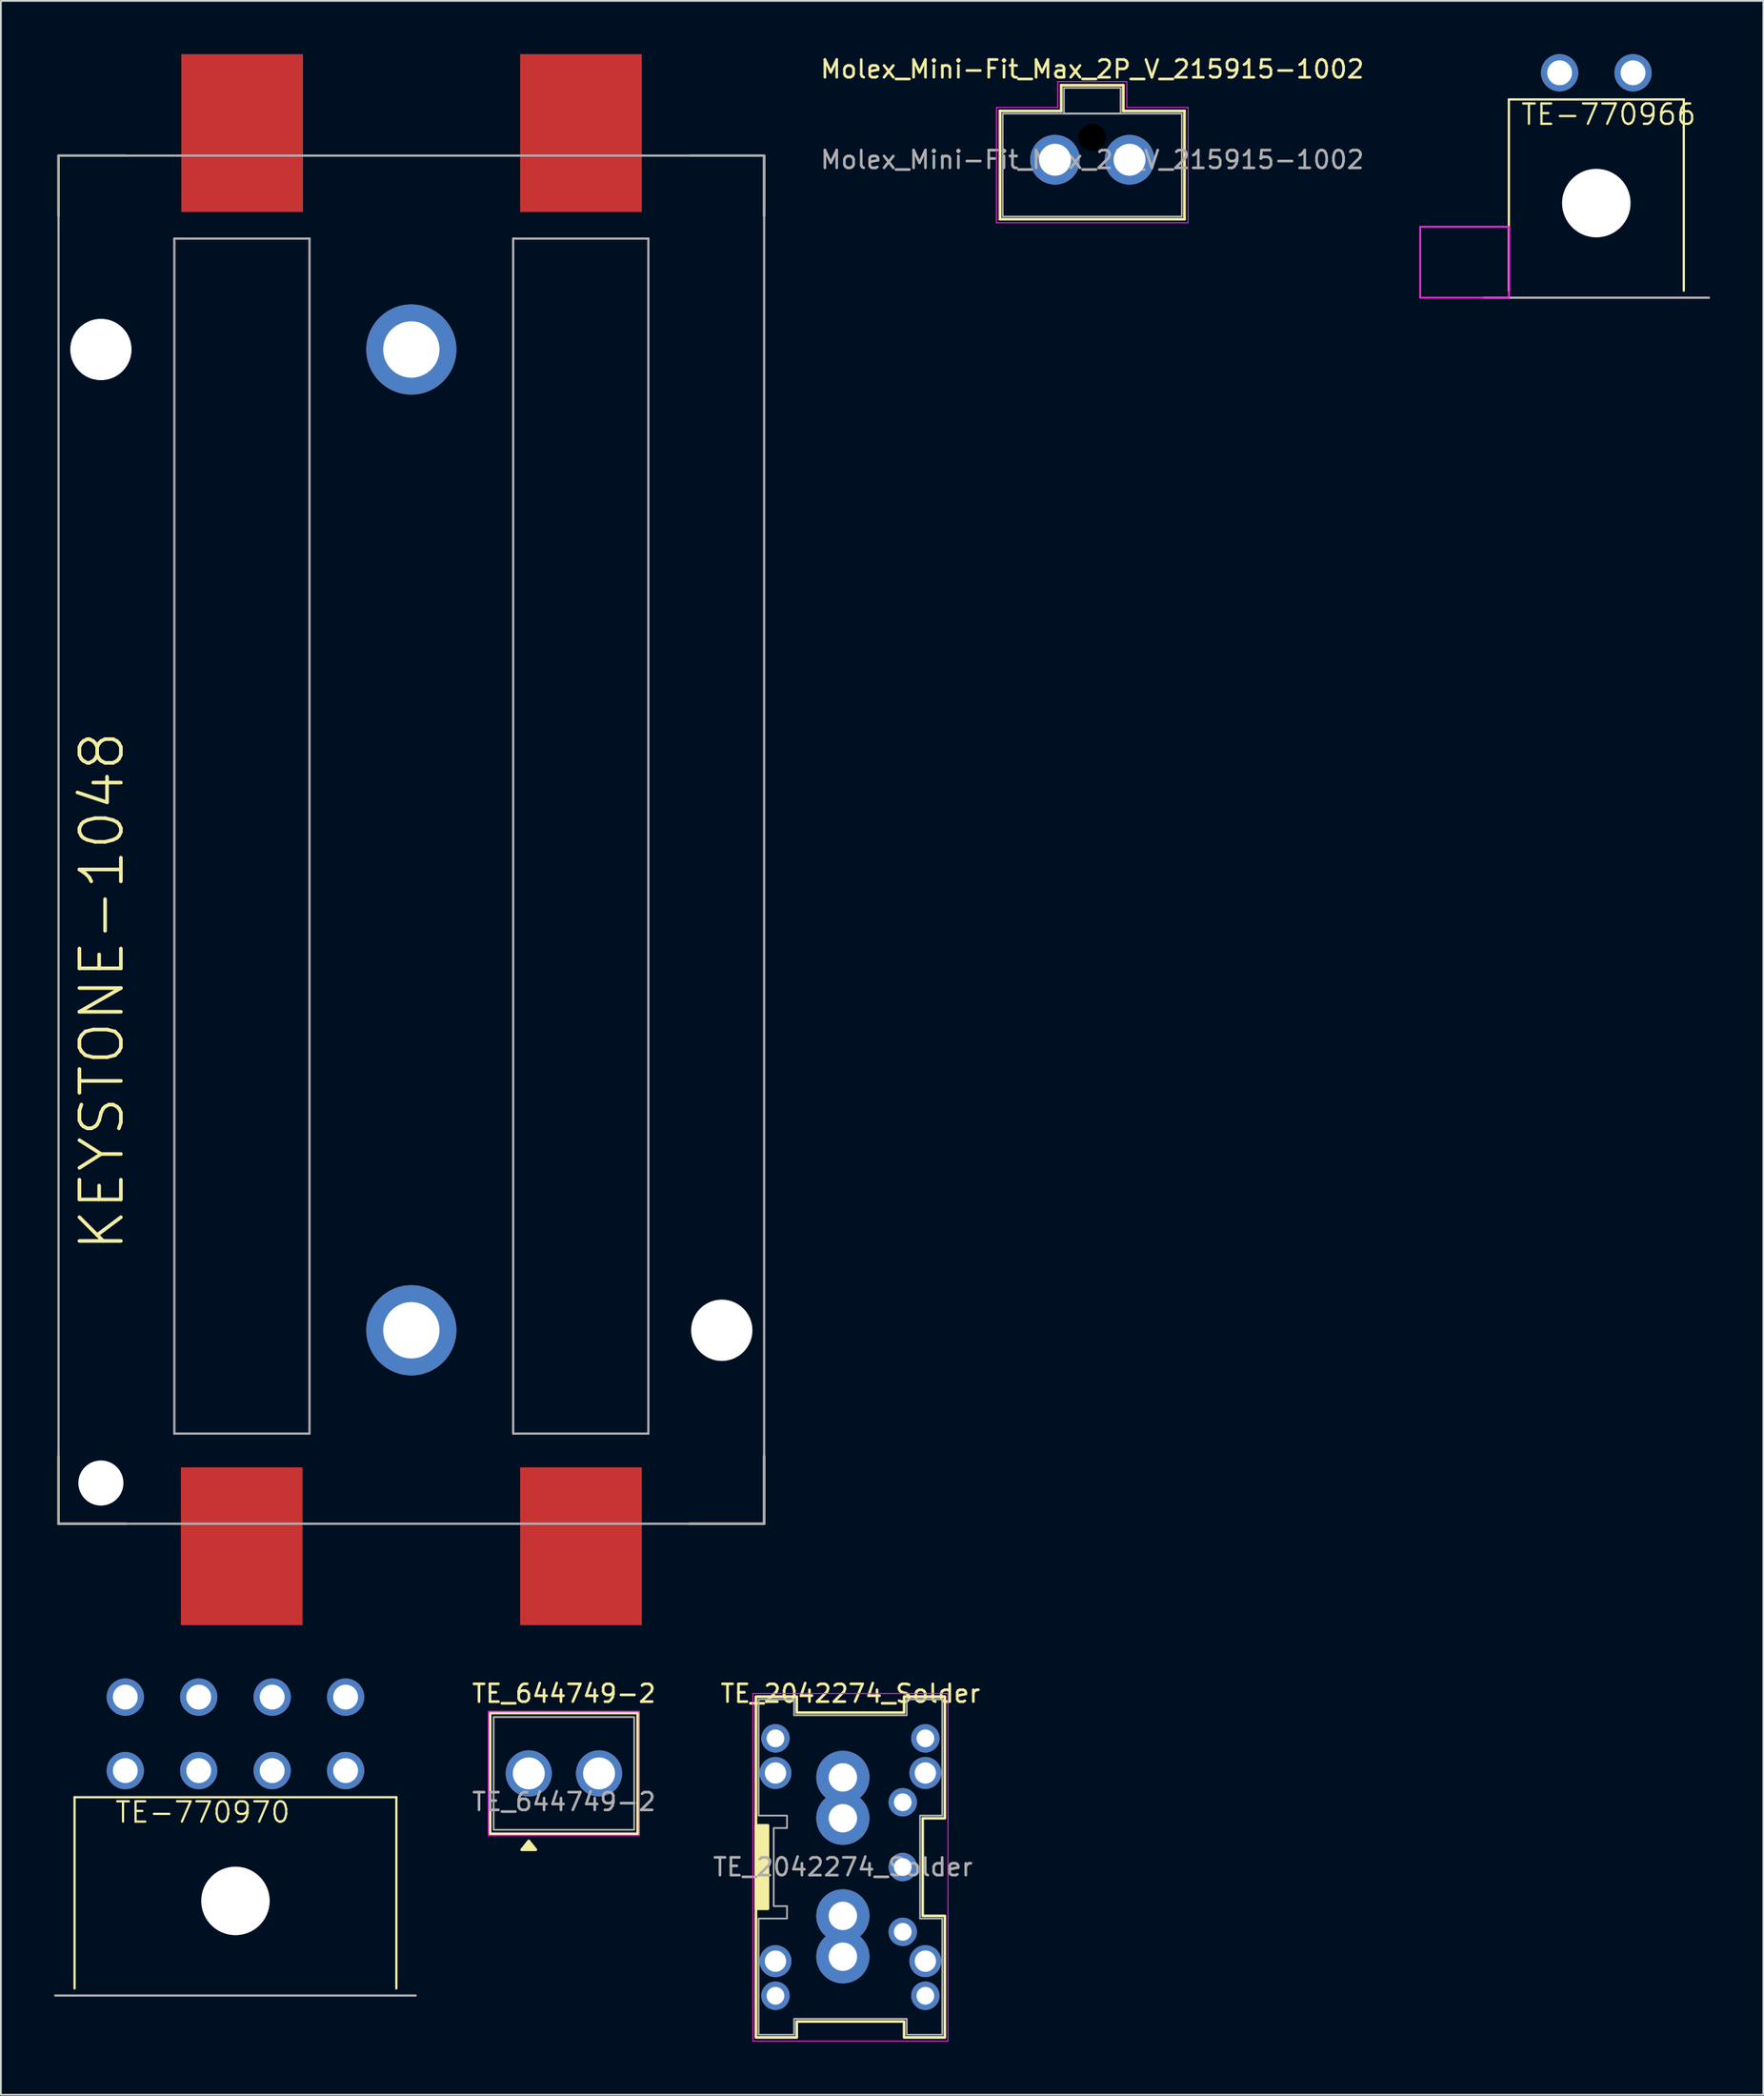
<source format=kicad_pcb>
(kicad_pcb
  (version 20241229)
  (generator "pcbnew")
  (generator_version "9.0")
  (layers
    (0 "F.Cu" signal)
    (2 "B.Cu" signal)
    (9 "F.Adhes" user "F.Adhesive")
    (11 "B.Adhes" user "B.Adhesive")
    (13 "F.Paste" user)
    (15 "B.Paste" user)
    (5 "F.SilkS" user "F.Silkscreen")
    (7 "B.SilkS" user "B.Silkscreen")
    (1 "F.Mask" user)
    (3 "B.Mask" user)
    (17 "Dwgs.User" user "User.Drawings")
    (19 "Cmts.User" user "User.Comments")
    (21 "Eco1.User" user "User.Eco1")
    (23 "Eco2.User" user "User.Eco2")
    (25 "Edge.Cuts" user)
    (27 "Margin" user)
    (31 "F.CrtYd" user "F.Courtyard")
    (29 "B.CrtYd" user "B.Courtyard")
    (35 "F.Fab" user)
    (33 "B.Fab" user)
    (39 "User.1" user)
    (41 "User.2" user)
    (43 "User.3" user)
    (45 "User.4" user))
  (footprint "Molex_Mini-Fit_Max_2P_V_215915-1002"
    (layer "F.Cu")
    (at 58.524 5.948)
    (property "Reference" "Molex_Mini-Fit_Max_2P_V_215915-1002" (at 0 -5.1 0) (unlocked yes) (layer "F.SilkS") (effects (font (size 1 1) (thickness 0.15))))
    (attr through_hole)
    (fp_line (start -5.2 -2.75) (end -5.2 3.35) (stroke (width 0.15) (type default)) (layer "F.SilkS"))
    (fp_line (start -5.2 3.35) (end 5.2 3.35) (stroke (width 0.15) (type default)) (layer "F.SilkS"))
    (fp_line (start -1.75 -4.2) (end -1.75 -2.75) (stroke (width 0.15) (type default)) (layer "F.SilkS"))
    (fp_line (start -1.75 -2.75) (end -5.2 -2.75) (stroke (width 0.15) (type default)) (layer "F.SilkS"))
    (fp_line (start 1.75 -4.2) (end -1.75 -4.2) (stroke (width 0.15) (type default)) (layer "F.SilkS"))
    (fp_line (start 1.75 -2.75) (end 1.75 -4.2) (stroke (width 0.15) (type default)) (layer "F.SilkS"))
    (fp_line (start 5.2 -2.75) (end 1.75 -2.75) (stroke (width 0.15) (type default)) (layer "F.SilkS"))
    (fp_line (start 5.2 3.35) (end 5.2 -2.75) (stroke (width 0.15) (type default)) (layer "F.SilkS"))
    (fp_line (start -5.4 -2.95) (end -5.4 3.55) (stroke (width 0.05) (type default)) (layer "F.CrtYd"))
    (fp_line (start -5.4 3.55) (end 5.4 3.55) (stroke (width 0.05) (type default)) (layer "F.CrtYd"))
    (fp_line (start -1.95 -4.4) (end -1.95 -2.95) (stroke (width 0.05) (type default)) (layer "F.CrtYd"))
    (fp_line (start -1.95 -2.95) (end -5.4 -2.95) (stroke (width 0.05) (type default)) (layer "F.CrtYd"))
    (fp_line (start 1.95 -4.4) (end -1.95 -4.4) (stroke (width 0.05) (type default)) (layer "F.CrtYd"))
    (fp_line (start 1.95 -2.95) (end 1.95 -4.4) (stroke (width 0.05) (type default)) (layer "F.CrtYd"))
    (fp_line (start 5.4 -2.95) (end 1.95 -2.95) (stroke (width 0.05) (type default)) (layer "F.CrtYd"))
    (fp_line (start 5.4 3.55) (end 5.4 -2.95) (stroke (width 0.05) (type default)) (layer "F.CrtYd"))
    (fp_rect (start -5.05 -2.6) (end 5.05 3.2) (stroke (width 0.1) (type default)) (fill no) (layer "F.Fab"))
    (fp_rect (start -1.6 -4.05) (end 1.6 -2.6) (stroke (width 0.1) (type default)) (fill no) (layer "F.Fab"))
    (fp_text user "${REFERENCE}" (at 0 0 0) (unlocked yes) (layer "F.Fab") (effects (font (size 1 1) (thickness 0.15))))
    (pad "" np_thru_hole circle (at 0 -1.26) (size 1.54 1.54) (drill 1.54) (layers "*.Mask"))
    (pad "1" thru_hole circle (at 2.1 0) (size 2.8 2.8) (drill 1.8) (layers "*.Cu" "*.Mask"))
    (pad "2" thru_hole circle (at -2.1 0) (size 2.8 2.8) (drill 1.8) (layers "*.Cu" "*.Mask")))
  (footprint "TE-770966"
    (layer "F.Cu")
    (at 86.939 13.72)
    (property "Reference" "TE-770966" (at -4.318 -9.652 0) (layer "F.SilkS") (effects (font (size 1.143 1.143) (thickness 0.127)) (justify left bottom)))
    (fp_line (start -4.93 -11.17) (end 4.93 -11.17) (stroke (width 0.127) (type solid)) (layer "F.SilkS"))
    (fp_line (start -4.93 -0.4) (end -4.93 -11.17) (stroke (width 0.127) (type solid)) (layer "F.SilkS"))
    (fp_line (start 4.93 -11.17) (end 4.93 -0.4) (stroke (width 0.127) (type solid)) (layer "F.SilkS"))
    (fp_poly (pts (xy -9.93 0) (xy -4.93 0) (xy -4.93 -4) (xy -9.93 -4)) (stroke (width 0.1) (type default)) (fill no) (layer "F.CrtYd"))
    (fp_line (start -6.35 0) (end 6.35 0) (stroke (width 0.127) (type solid)) (layer "F.Fab"))
    (pad "" np_thru_hole circle (at 0 -5.33) (size 3.86 3.86) (drill 3.86) (layers "*.Cu" "*.Mask"))
    (pad "1" thru_hole circle (at -2.07 -12.67) (size 2.1 2.1) (drill 1.4) (layers "*.Cu" "*.Mask"))
    (pad "2" thru_hole circle (at 2.07 -12.67) (size 2.1 2.1) (drill 1.4) (layers "*.Cu" "*.Mask")))
  (footprint "TE-770970"
    (layer "F.Cu")
    (at 10.223 109.354)
    (property "Reference" "TE-770970" (at -6.858 -9.652 0) (layer "F.SilkS") (effects (font (size 1.143 1.143) (thickness 0.127)) (justify left bottom)))
    (fp_line (start -9.07 -11.17) (end 9.07 -11.17) (stroke (width 0.127) (type solid)) (layer "F.SilkS"))
    (fp_line (start -9.07 -0.4) (end -9.07 -11.17) (stroke (width 0.127) (type solid)) (layer "F.SilkS"))
    (fp_line (start 9.07 -11.17) (end 9.07 -0.4) (stroke (width 0.127) (type solid)) (layer "F.SilkS"))
    (fp_line (start -10.16 0) (end 10.16 0) (stroke (width 0.127) (type solid)) (layer "F.Fab"))
    (pad "" np_thru_hole circle (at 0 -5.33) (size 3.86 3.86) (drill 3.86) (layers "*.Cu" "*.Mask"))
    (pad "1" thru_hole circle (at -6.21 -16.81) (size 2.1 2.1) (drill 1.4) (layers "*.Cu" "*.Mask"))
    (pad "2" thru_hole circle (at -2.07 -16.81) (size 2.1 2.1) (drill 1.4) (layers "*.Cu" "*.Mask"))
    (pad "3" thru_hole circle (at 2.07 -16.81) (size 2.1 2.1) (drill 1.4) (layers "*.Cu" "*.Mask"))
    (pad "4" thru_hole circle (at 6.21 -16.81) (size 2.1 2.1) (drill 1.4) (layers "*.Cu" "*.Mask"))
    (pad "5" thru_hole circle (at -6.21 -12.67) (size 2.1 2.1) (drill 1.4) (layers "*.Cu" "*.Mask"))
    (pad "6" thru_hole circle (at -2.07 -12.67) (size 2.1 2.1) (drill 1.4) (layers "*.Cu" "*.Mask"))
    (pad "7" thru_hole circle (at 2.07 -12.67) (size 2.1 2.1) (drill 1.4) (layers "*.Cu" "*.Mask"))
    (pad "8" thru_hole circle (at 6.21 -12.67) (size 2.1 2.1) (drill 1.4) (layers "*.Cu" "*.Mask")))
  (footprint "TE_644749-2"
    (layer "F.Cu")
    (at 28.739 96.842)
    (property "Reference" "TE_644749-2" (at 0 -4.5 0) (unlocked yes) (layer "F.SilkS") (effects (font (size 1 1) (thickness 0.15))))
    (attr through_hole)
    (fp_rect (start -4.16 -3.4) (end 4.16 3.4) (stroke (width 0.15) (type default)) (fill no) (layer "F.SilkS"))
    (fp_poly (pts (xy -1.981 3.8) (xy -1.581 4.3) (xy -2.381 4.3)) (stroke (width 0.15) (type solid)) (fill yes) (layer "F.SilkS"))
    (fp_rect (start -4.26 -3.5) (end 4.26 3.5) (stroke (width 0.05) (type default)) (fill no) (layer "F.CrtYd"))
    (fp_rect (start -3.962 -3.175) (end 3.962 3.175) (stroke (width 0.1) (type default)) (fill no) (layer "F.Fab"))
    (fp_text user "${REFERENCE}" (at 0 1.6 0) (unlocked yes) (layer "F.Fab") (effects (font (size 1 1) (thickness 0.15))))
    (pad "1" thru_hole circle (at -1.981 0) (size 2.6 2.6) (drill 1.8) (layers "*.Cu" "*.Mask"))
    (pad "2" thru_hole circle (at 1.981 0) (size 2.6 2.6) (drill 1.8) (layers "*.Cu" "*.Mask")))
  (footprint "TE_2042274_Solder"
    (layer "F.Cu")
    (at 44.465 102.117)
    (property "Reference" "TE_2042274_Solder" (at 0.425 -9.775 0) (unlocked yes) (layer "F.SilkS") (effects (font (size 1 1) (thickness 0.15))))
    (attr through_hole)
    (fp_rect (start -4.9 -2.35) (end -4.225 2.35) (stroke (width 0.15) (type default)) (fill yes) (layer "F.SilkS"))
    (fp_poly (pts (xy -4.9 -9.6) (xy -2.6 -9.6) (xy -2.6 -8.7) (xy 3.45 -8.7) (xy 3.45 -9.6) (xy 5.75 -9.6) (xy 5.75 -2.75) (xy 4.5 -2.75) (xy 4.5 2.75) (xy 5.75 2.75) (xy 5.75 9.6) (xy 3.45 9.6) (xy 3.45 8.7) (xy -2.6 8.7) (xy -2.6 9.6) (xy -4.9 9.6)) (stroke (width 0.15) (type solid)) (fill no) (layer "F.SilkS"))
    (fp_rect (start -5.075 -9.775) (end 5.925 9.8) (stroke (width 0.05) (type default)) (fill no) (layer "F.CrtYd"))
    (fp_poly (pts (xy 5.6 9.45) (xy 5.6 2.9) (xy 4.35 2.9) (xy 4.35 -2.9) (xy 5.6 -2.9) (xy 5.6 -9.45) (xy 3.6 -9.45) (xy 3.6 -8.55) (xy -2.75 -8.55) (xy -2.75 -9.45) (xy -4.75 -9.45) (xy -4.75 -2.9) (xy -3.15 -2.9) (xy -3.15 -2.2) (xy -3.9 -2.2) (xy -3.9 2.2) (xy -3.15 2.2) (xy -3.15 2.9) (xy -4.75 2.9) (xy -4.75 9.45) (xy -2.75 9.45) (xy -2.75 8.55) (xy 3.6 8.55) (xy 3.6 9.45)) (stroke (width 0.1) (type solid)) (fill no) (layer "F.Fab"))
    (fp_text user "${REFERENCE}" (at 0 0 0) (unlocked yes) (layer "F.Fab") (effects (font (size 1 1) (thickness 0.15))))
    (pad "1" thru_hole circle (at 0 2.75) (size 3 3) (drill 1.6) (layers "*.Cu" "*.Mask"))
    (pad "1" thru_hole circle (at 0 5.05) (size 3 3) (drill 1.6) (layers "*.Cu" "*.Mask"))
    (pad "2" thru_hole circle (at 0 -5.05) (size 3 3) (drill 1.6) (layers "*.Cu" "*.Mask"))
    (pad "2" thru_hole circle (at 0 -2.75) (size 3 3) (drill 1.6) (layers "*.Cu" "*.Mask"))
    (pad "3" thru_hole circle (at 3.375 3.65) (size 1.6 1.6) (drill 1) (layers "*.Cu" "*.Mask"))
    (pad "4" thru_hole circle (at 3.375 0) (size 1.6 1.6) (drill 1) (layers "*.Cu" "*.Mask"))
    (pad "5" thru_hole circle (at 3.375 -3.65) (size 1.6 1.6) (drill 1) (layers "*.Cu" "*.Mask"))
    (pad "M" thru_hole circle (at -3.8 -7.25) (size 1.6 1.6) (drill 1) (layers "*.Cu" "*.Mask"))
    (pad "M" thru_hole circle (at -3.8 -5.3) (size 1.8 1.8) (drill 1.2) (layers "*.Cu" "*.Mask"))
    (pad "M" thru_hole circle (at -3.8 5.3) (size 1.8 1.8) (drill 1.2) (layers "*.Cu" "*.Mask"))
    (pad "M" thru_hole circle (at -3.8 7.25) (size 1.6 1.6) (drill 1) (layers "*.Cu" "*.Mask"))
    (pad "M" thru_hole circle (at 4.65 -7.25) (size 1.6 1.6) (drill 1) (layers "*.Cu" "*.Mask"))
    (pad "M" thru_hole circle (at 4.65 -5.3) (size 1.8 1.8) (drill 1.2) (layers "*.Cu" "*.Mask"))
    (pad "M" thru_hole circle (at 4.65 5.3) (size 1.8 1.8) (drill 1.2) (layers "*.Cu" "*.Mask"))
    (pad "M" thru_hole circle (at 4.65 7.25) (size 1.6 1.6) (drill 1) (layers "*.Cu" "*.Mask")))
  (footprint "KEYSTONE-1048"
    (layer "F.Cu")
    (at 0.25 82.779)
    (property "Reference" "KEYSTONE-1048" (at 3.81 -15.24 90) (layer "F.SilkS") (effects (font (size 2.337 2.337) (thickness 0.203)) (justify left bottom)))
    (fp_line (start 0 -77.064) (end 0 -73.66) (stroke (width 0.127) (type solid)) (layer "F.SilkS"))
    (fp_line (start 0 -77.064) (end 3.835 -77.064) (stroke (width 0.127) (type solid)) (layer "F.SilkS"))
    (fp_line (start 0 -3.81) (end 0 0) (stroke (width 0.127) (type solid)) (layer "F.SilkS"))
    (fp_line (start 0 0) (end 3.81 0) (stroke (width 0.127) (type solid)) (layer "F.SilkS"))
    (fp_line (start 35.56 0) (end 39.776 0) (stroke (width 0.127) (type solid)) (layer "F.SilkS"))
    (fp_line (start 39.776 -77.064) (end 35.56 -77.064) (stroke (width 0.127) (type solid)) (layer "F.SilkS"))
    (fp_line (start 39.776 -77.038) (end 39.776 -73.66) (stroke (width 0.127) (type solid)) (layer "F.SilkS"))
    (fp_line (start 39.776 0) (end 39.776 -3.81) (stroke (width 0.127) (type solid)) (layer "F.SilkS"))
    (fp_line (start 0 -77.064) (end 0 0) (stroke (width 0.127) (type solid)) (layer "F.Fab"))
    (fp_line (start 0 0) (end 39.776 0) (stroke (width 0.127) (type solid)) (layer "F.Fab"))
    (fp_line (start 6.528 -72.39) (end 6.528 -5.08) (stroke (width 0.127) (type solid)) (layer "F.Fab"))
    (fp_line (start 6.528 -5.08) (end 14.148 -5.08) (stroke (width 0.127) (type solid)) (layer "F.Fab"))
    (fp_line (start 14.148 -72.39) (end 6.528 -72.39) (stroke (width 0.127) (type solid)) (layer "F.Fab"))
    (fp_line (start 14.148 -5.08) (end 14.148 -72.39) (stroke (width 0.127) (type solid)) (layer "F.Fab"))
    (fp_line (start 25.629 -72.39) (end 25.629 -5.08) (stroke (width 0.127) (type solid)) (layer "F.Fab"))
    (fp_line (start 25.629 -5.08) (end 33.249 -5.08) (stroke (width 0.127) (type solid)) (layer "F.Fab"))
    (fp_line (start 33.249 -72.39) (end 25.629 -72.39) (stroke (width 0.127) (type solid)) (layer "F.Fab"))
    (fp_line (start 33.249 -5.08) (end 33.249 -72.39) (stroke (width 0.127) (type solid)) (layer "F.Fab"))
    (fp_line (start 39.776 -77.064) (end 0 -77.064) (stroke (width 0.127) (type solid)) (layer "F.Fab"))
    (fp_line (start 39.776 0) (end 39.776 -77.064) (stroke (width 0.127) (type solid)) (layer "F.Fab"))
    (pad "" np_thru_hole circle (at 2.388 -66.142) (size 3.454 3.454) (drill 3.454) (layers "*.Cu" "*.Mask"))
    (pad "" np_thru_hole circle (at 2.388 -2.294) (size 2.54 2.54) (drill 2.54) (layers "*.Cu" "*.Mask"))
    (pad "" np_thru_hole circle (at 37.389 -10.897) (size 3.454 3.454) (drill 3.454) (layers "*.Cu" "*.Mask"))
    (pad "1" smd rect (at 10.325 1.27) (size 6.858 8.89) (layers "F.Cu" "F.Mask" "F.Paste"))
    (pad "2" smd rect (at 29.451 1.27) (size 6.858 8.89) (layers "F.Cu" "F.Mask" "F.Paste"))
    (pad "3" smd rect (at 10.351 -78.334) (size 6.858 8.89) (layers "F.Cu" "F.Mask" "F.Paste"))
    (pad "4" smd rect (at 29.451 -78.334) (size 6.858 8.89) (layers "F.Cu" "F.Mask" "F.Paste"))
    (pad "S1" thru_hole circle (at 19.888 -10.897) (size 5.08 5.08) (drill 3.175) (layers "*.Cu" "*.Mask"))
    (pad "S2" thru_hole circle (at 19.888 -66.142) (size 5.08 5.08) (drill 3.175) (layers "*.Cu" "*.Mask")))
  (gr_rect
    (start -3 -3)
    (end 96.352 114.942)
    (stroke (width 0.1) (type default))
    (fill no)
    (layer "Edge.Cuts")))
</source>
